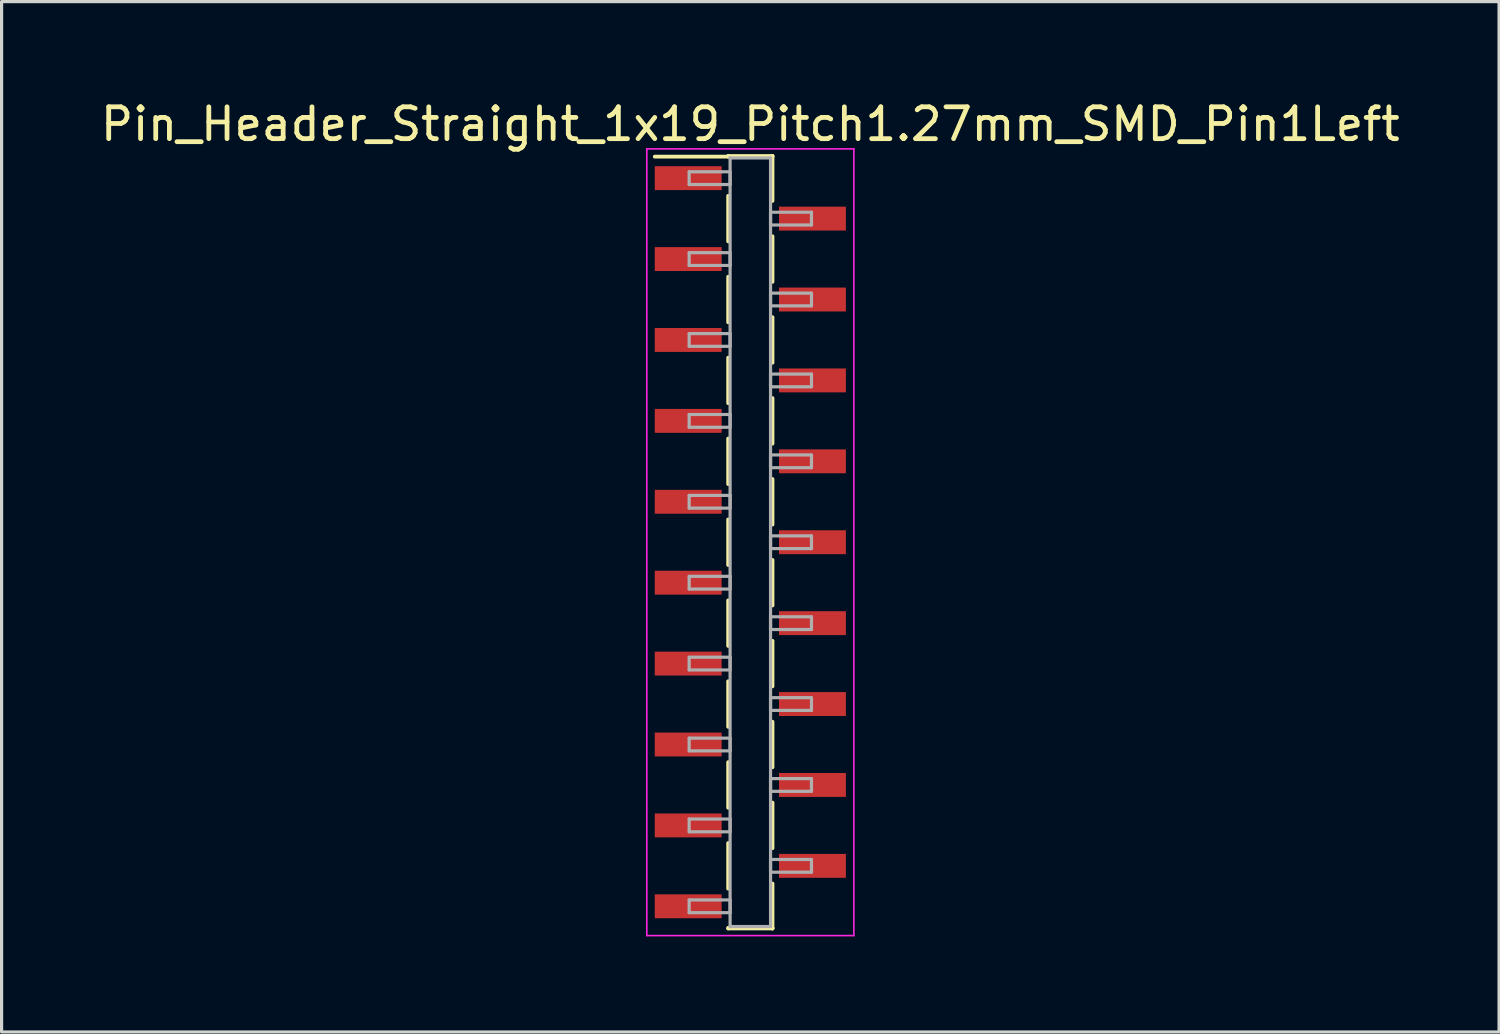
<source format=kicad_pcb>
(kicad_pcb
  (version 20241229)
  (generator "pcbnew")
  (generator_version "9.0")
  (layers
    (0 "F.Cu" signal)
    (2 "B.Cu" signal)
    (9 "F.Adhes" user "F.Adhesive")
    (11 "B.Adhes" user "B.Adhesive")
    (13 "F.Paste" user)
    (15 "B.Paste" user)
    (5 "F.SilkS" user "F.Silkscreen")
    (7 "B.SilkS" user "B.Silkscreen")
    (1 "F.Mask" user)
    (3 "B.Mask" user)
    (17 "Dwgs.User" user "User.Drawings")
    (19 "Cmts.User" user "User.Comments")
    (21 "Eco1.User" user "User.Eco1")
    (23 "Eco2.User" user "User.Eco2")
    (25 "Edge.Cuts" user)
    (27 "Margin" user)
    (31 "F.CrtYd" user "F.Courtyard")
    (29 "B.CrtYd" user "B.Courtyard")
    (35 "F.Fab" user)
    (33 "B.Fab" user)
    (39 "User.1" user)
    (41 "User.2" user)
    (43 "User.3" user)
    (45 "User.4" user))
  (footprint "Pin_Header_Straight_1x19_Pitch1.27mm_SMD_Pin1Left"
    (layer "F.Cu")
    (at 20.506 13.973)
    (property "Reference" "Pin_Header_Straight_1x19_Pitch1.27mm_SMD_Pin1Left" (at 0 -13.125 0) (layer "F.SilkS") (effects (font (size 1 1) (thickness 0.15))))
    (attr smd)
    (fp_line (start -0.695 -12.125) (end 0.695 -12.125) (stroke (width 0.12) (type solid)) (layer "F.SilkS"))
    (fp_line (start -0.695 -12.105) (end -3 -12.105) (stroke (width 0.12) (type solid)) (layer "F.SilkS"))
    (fp_line (start -0.695 -12.105) (end -0.695 -12.125) (stroke (width 0.12) (type solid)) (layer "F.SilkS"))
    (fp_line (start -0.695 -10.875) (end -0.695 -9.445) (stroke (width 0.12) (type solid)) (layer "F.SilkS"))
    (fp_line (start -0.695 -8.335) (end -0.695 -6.905) (stroke (width 0.12) (type solid)) (layer "F.SilkS"))
    (fp_line (start -0.695 -5.795) (end -0.695 -4.365) (stroke (width 0.12) (type solid)) (layer "F.SilkS"))
    (fp_line (start -0.695 -3.255) (end -0.695 -1.825) (stroke (width 0.12) (type solid)) (layer "F.SilkS"))
    (fp_line (start -0.695 -0.715) (end -0.695 0.715) (stroke (width 0.12) (type solid)) (layer "F.SilkS"))
    (fp_line (start -0.695 1.825) (end -0.695 3.255) (stroke (width 0.12) (type solid)) (layer "F.SilkS"))
    (fp_line (start -0.695 4.365) (end -0.695 5.795) (stroke (width 0.12) (type solid)) (layer "F.SilkS"))
    (fp_line (start -0.695 6.905) (end -0.695 8.335) (stroke (width 0.12) (type solid)) (layer "F.SilkS"))
    (fp_line (start -0.695 9.445) (end -0.695 10.875) (stroke (width 0.12) (type solid)) (layer "F.SilkS"))
    (fp_line (start -0.695 12.105) (end -0.695 12.125) (stroke (width 0.12) (type solid)) (layer "F.SilkS"))
    (fp_line (start -0.695 12.125) (end 0.695 12.125) (stroke (width 0.12) (type solid)) (layer "F.SilkS"))
    (fp_line (start 0.695 -12.125) (end 0.695 -12.105) (stroke (width 0.12) (type solid)) (layer "F.SilkS"))
    (fp_line (start 0.695 -12.125) (end 0.695 -10.715) (stroke (width 0.12) (type solid)) (layer "F.SilkS"))
    (fp_line (start 0.695 -9.605) (end 0.695 -8.175) (stroke (width 0.12) (type solid)) (layer "F.SilkS"))
    (fp_line (start 0.695 -7.065) (end 0.695 -5.635) (stroke (width 0.12) (type solid)) (layer "F.SilkS"))
    (fp_line (start 0.695 -4.525) (end 0.695 -3.095) (stroke (width 0.12) (type solid)) (layer "F.SilkS"))
    (fp_line (start 0.695 -1.985) (end 0.695 -0.555) (stroke (width 0.12) (type solid)) (layer "F.SilkS"))
    (fp_line (start 0.695 0.555) (end 0.695 1.985) (stroke (width 0.12) (type solid)) (layer "F.SilkS"))
    (fp_line (start 0.695 3.095) (end 0.695 4.525) (stroke (width 0.12) (type solid)) (layer "F.SilkS"))
    (fp_line (start 0.695 5.635) (end 0.695 7.065) (stroke (width 0.12) (type solid)) (layer "F.SilkS"))
    (fp_line (start 0.695 8.175) (end 0.695 9.605) (stroke (width 0.12) (type solid)) (layer "F.SilkS"))
    (fp_line (start 0.695 10.715) (end 0.695 12.125) (stroke (width 0.12) (type solid)) (layer "F.SilkS"))
    (fp_line (start 0.695 12.125) (end 0.695 12.105) (stroke (width 0.12) (type solid)) (layer "F.SilkS"))
    (fp_line (start -3.25 -12.35) (end -3.25 12.35) (stroke (width 0.05) (type solid)) (layer "F.CrtYd"))
    (fp_line (start -3.25 12.35) (end 3.25 12.35) (stroke (width 0.05) (type solid)) (layer "F.CrtYd"))
    (fp_line (start 3.25 -12.35) (end -3.25 -12.35) (stroke (width 0.05) (type solid)) (layer "F.CrtYd"))
    (fp_line (start 3.25 12.35) (end 3.25 -12.35) (stroke (width 0.05) (type solid)) (layer "F.CrtYd"))
    (fp_line (start -1.92 -11.63) (end -0.635 -11.63) (stroke (width 0.1) (type solid)) (layer "F.Fab"))
    (fp_line (start -1.92 -11.23) (end -1.92 -11.63) (stroke (width 0.1) (type solid)) (layer "F.Fab"))
    (fp_line (start -1.92 -9.09) (end -0.635 -9.09) (stroke (width 0.1) (type solid)) (layer "F.Fab"))
    (fp_line (start -1.92 -8.69) (end -1.92 -9.09) (stroke (width 0.1) (type solid)) (layer "F.Fab"))
    (fp_line (start -1.92 -6.55) (end -0.635 -6.55) (stroke (width 0.1) (type solid)) (layer "F.Fab"))
    (fp_line (start -1.92 -6.15) (end -1.92 -6.55) (stroke (width 0.1) (type solid)) (layer "F.Fab"))
    (fp_line (start -1.92 -4.01) (end -0.635 -4.01) (stroke (width 0.1) (type solid)) (layer "F.Fab"))
    (fp_line (start -1.92 -3.61) (end -1.92 -4.01) (stroke (width 0.1) (type solid)) (layer "F.Fab"))
    (fp_line (start -1.92 -1.47) (end -0.635 -1.47) (stroke (width 0.1) (type solid)) (layer "F.Fab"))
    (fp_line (start -1.92 -1.07) (end -1.92 -1.47) (stroke (width 0.1) (type solid)) (layer "F.Fab"))
    (fp_line (start -1.92 1.07) (end -0.635 1.07) (stroke (width 0.1) (type solid)) (layer "F.Fab"))
    (fp_line (start -1.92 1.47) (end -1.92 1.07) (stroke (width 0.1) (type solid)) (layer "F.Fab"))
    (fp_line (start -1.92 3.61) (end -0.635 3.61) (stroke (width 0.1) (type solid)) (layer "F.Fab"))
    (fp_line (start -1.92 4.01) (end -1.92 3.61) (stroke (width 0.1) (type solid)) (layer "F.Fab"))
    (fp_line (start -1.92 6.15) (end -0.635 6.15) (stroke (width 0.1) (type solid)) (layer "F.Fab"))
    (fp_line (start -1.92 6.55) (end -1.92 6.15) (stroke (width 0.1) (type solid)) (layer "F.Fab"))
    (fp_line (start -1.92 8.69) (end -0.635 8.69) (stroke (width 0.1) (type solid)) (layer "F.Fab"))
    (fp_line (start -1.92 9.09) (end -1.92 8.69) (stroke (width 0.1) (type solid)) (layer "F.Fab"))
    (fp_line (start -1.92 11.23) (end -0.635 11.23) (stroke (width 0.1) (type solid)) (layer "F.Fab"))
    (fp_line (start -1.92 11.63) (end -1.92 11.23) (stroke (width 0.1) (type solid)) (layer "F.Fab"))
    (fp_line (start -0.635 -12.065) (end -0.635 12.065) (stroke (width 0.1) (type solid)) (layer "F.Fab"))
    (fp_line (start -0.635 -11.63) (end -0.635 -11.23) (stroke (width 0.1) (type solid)) (layer "F.Fab"))
    (fp_line (start -0.635 -11.23) (end -1.92 -11.23) (stroke (width 0.1) (type solid)) (layer "F.Fab"))
    (fp_line (start -0.635 -9.09) (end -0.635 -8.69) (stroke (width 0.1) (type solid)) (layer "F.Fab"))
    (fp_line (start -0.635 -8.69) (end -1.92 -8.69) (stroke (width 0.1) (type solid)) (layer "F.Fab"))
    (fp_line (start -0.635 -6.55) (end -0.635 -6.15) (stroke (width 0.1) (type solid)) (layer "F.Fab"))
    (fp_line (start -0.635 -6.15) (end -1.92 -6.15) (stroke (width 0.1) (type solid)) (layer "F.Fab"))
    (fp_line (start -0.635 -4.01) (end -0.635 -3.61) (stroke (width 0.1) (type solid)) (layer "F.Fab"))
    (fp_line (start -0.635 -3.61) (end -1.92 -3.61) (stroke (width 0.1) (type solid)) (layer "F.Fab"))
    (fp_line (start -0.635 -1.47) (end -0.635 -1.07) (stroke (width 0.1) (type solid)) (layer "F.Fab"))
    (fp_line (start -0.635 -1.07) (end -1.92 -1.07) (stroke (width 0.1) (type solid)) (layer "F.Fab"))
    (fp_line (start -0.635 1.07) (end -0.635 1.47) (stroke (width 0.1) (type solid)) (layer "F.Fab"))
    (fp_line (start -0.635 1.47) (end -1.92 1.47) (stroke (width 0.1) (type solid)) (layer "F.Fab"))
    (fp_line (start -0.635 3.61) (end -0.635 4.01) (stroke (width 0.1) (type solid)) (layer "F.Fab"))
    (fp_line (start -0.635 4.01) (end -1.92 4.01) (stroke (width 0.1) (type solid)) (layer "F.Fab"))
    (fp_line (start -0.635 6.15) (end -0.635 6.55) (stroke (width 0.1) (type solid)) (layer "F.Fab"))
    (fp_line (start -0.635 6.55) (end -1.92 6.55) (stroke (width 0.1) (type solid)) (layer "F.Fab"))
    (fp_line (start -0.635 8.69) (end -0.635 9.09) (stroke (width 0.1) (type solid)) (layer "F.Fab"))
    (fp_line (start -0.635 9.09) (end -1.92 9.09) (stroke (width 0.1) (type solid)) (layer "F.Fab"))
    (fp_line (start -0.635 11.23) (end -0.635 11.63) (stroke (width 0.1) (type solid)) (layer "F.Fab"))
    (fp_line (start -0.635 11.63) (end -1.92 11.63) (stroke (width 0.1) (type solid)) (layer "F.Fab"))
    (fp_line (start -0.635 12.065) (end 0.635 12.065) (stroke (width 0.1) (type solid)) (layer "F.Fab"))
    (fp_line (start 0.635 -12.065) (end -0.635 -12.065) (stroke (width 0.1) (type solid)) (layer "F.Fab"))
    (fp_line (start 0.635 -10.36) (end 0.635 -9.96) (stroke (width 0.1) (type solid)) (layer "F.Fab"))
    (fp_line (start 0.635 -9.96) (end 1.92 -9.96) (stroke (width 0.1) (type solid)) (layer "F.Fab"))
    (fp_line (start 0.635 -7.82) (end 0.635 -7.42) (stroke (width 0.1) (type solid)) (layer "F.Fab"))
    (fp_line (start 0.635 -7.42) (end 1.92 -7.42) (stroke (width 0.1) (type solid)) (layer "F.Fab"))
    (fp_line (start 0.635 -5.28) (end 0.635 -4.88) (stroke (width 0.1) (type solid)) (layer "F.Fab"))
    (fp_line (start 0.635 -4.88) (end 1.92 -4.88) (stroke (width 0.1) (type solid)) (layer "F.Fab"))
    (fp_line (start 0.635 -2.74) (end 0.635 -2.34) (stroke (width 0.1) (type solid)) (layer "F.Fab"))
    (fp_line (start 0.635 -2.34) (end 1.92 -2.34) (stroke (width 0.1) (type solid)) (layer "F.Fab"))
    (fp_line (start 0.635 -0.2) (end 0.635 0.2) (stroke (width 0.1) (type solid)) (layer "F.Fab"))
    (fp_line (start 0.635 0.2) (end 1.92 0.2) (stroke (width 0.1) (type solid)) (layer "F.Fab"))
    (fp_line (start 0.635 2.34) (end 0.635 2.74) (stroke (width 0.1) (type solid)) (layer "F.Fab"))
    (fp_line (start 0.635 2.74) (end 1.92 2.74) (stroke (width 0.1) (type solid)) (layer "F.Fab"))
    (fp_line (start 0.635 4.88) (end 0.635 5.28) (stroke (width 0.1) (type solid)) (layer "F.Fab"))
    (fp_line (start 0.635 5.28) (end 1.92 5.28) (stroke (width 0.1) (type solid)) (layer "F.Fab"))
    (fp_line (start 0.635 7.42) (end 0.635 7.82) (stroke (width 0.1) (type solid)) (layer "F.Fab"))
    (fp_line (start 0.635 7.82) (end 1.92 7.82) (stroke (width 0.1) (type solid)) (layer "F.Fab"))
    (fp_line (start 0.635 9.96) (end 0.635 10.36) (stroke (width 0.1) (type solid)) (layer "F.Fab"))
    (fp_line (start 0.635 10.36) (end 1.92 10.36) (stroke (width 0.1) (type solid)) (layer "F.Fab"))
    (fp_line (start 0.635 12.065) (end 0.635 -12.065) (stroke (width 0.1) (type solid)) (layer "F.Fab"))
    (fp_line (start 1.92 -10.36) (end 0.635 -10.36) (stroke (width 0.1) (type solid)) (layer "F.Fab"))
    (fp_line (start 1.92 -9.96) (end 1.92 -10.36) (stroke (width 0.1) (type solid)) (layer "F.Fab"))
    (fp_line (start 1.92 -7.82) (end 0.635 -7.82) (stroke (width 0.1) (type solid)) (layer "F.Fab"))
    (fp_line (start 1.92 -7.42) (end 1.92 -7.82) (stroke (width 0.1) (type solid)) (layer "F.Fab"))
    (fp_line (start 1.92 -5.28) (end 0.635 -5.28) (stroke (width 0.1) (type solid)) (layer "F.Fab"))
    (fp_line (start 1.92 -4.88) (end 1.92 -5.28) (stroke (width 0.1) (type solid)) (layer "F.Fab"))
    (fp_line (start 1.92 -2.74) (end 0.635 -2.74) (stroke (width 0.1) (type solid)) (layer "F.Fab"))
    (fp_line (start 1.92 -2.34) (end 1.92 -2.74) (stroke (width 0.1) (type solid)) (layer "F.Fab"))
    (fp_line (start 1.92 -0.2) (end 0.635 -0.2) (stroke (width 0.1) (type solid)) (layer "F.Fab"))
    (fp_line (start 1.92 0.2) (end 1.92 -0.2) (stroke (width 0.1) (type solid)) (layer "F.Fab"))
    (fp_line (start 1.92 2.34) (end 0.635 2.34) (stroke (width 0.1) (type solid)) (layer "F.Fab"))
    (fp_line (start 1.92 2.74) (end 1.92 2.34) (stroke (width 0.1) (type solid)) (layer "F.Fab"))
    (fp_line (start 1.92 4.88) (end 0.635 4.88) (stroke (width 0.1) (type solid)) (layer "F.Fab"))
    (fp_line (start 1.92 5.28) (end 1.92 4.88) (stroke (width 0.1) (type solid)) (layer "F.Fab"))
    (fp_line (start 1.92 7.42) (end 0.635 7.42) (stroke (width 0.1) (type solid)) (layer "F.Fab"))
    (fp_line (start 1.92 7.82) (end 1.92 7.42) (stroke (width 0.1) (type solid)) (layer "F.Fab"))
    (fp_line (start 1.92 9.96) (end 0.635 9.96) (stroke (width 0.1) (type solid)) (layer "F.Fab"))
    (fp_line (start 1.92 10.36) (end 1.92 9.96) (stroke (width 0.1) (type solid)) (layer "F.Fab"))
    (pad "1" smd rect (at -1.95 -11.43) (size 2.1 0.75) (layers "F.Cu" "F.Mask"))
    (pad "2" smd rect (at 1.95 -10.16) (size 2.1 0.75) (layers "F.Cu" "F.Mask"))
    (pad "3" smd rect (at -1.95 -8.89) (size 2.1 0.75) (layers "F.Cu" "F.Mask"))
    (pad "4" smd rect (at 1.95 -7.62) (size 2.1 0.75) (layers "F.Cu" "F.Mask"))
    (pad "5" smd rect (at -1.95 -6.35) (size 2.1 0.75) (layers "F.Cu" "F.Mask"))
    (pad "6" smd rect (at 1.95 -5.08) (size 2.1 0.75) (layers "F.Cu" "F.Mask"))
    (pad "7" smd rect (at -1.95 -3.81) (size 2.1 0.75) (layers "F.Cu" "F.Mask"))
    (pad "8" smd rect (at 1.95 -2.54) (size 2.1 0.75) (layers "F.Cu" "F.Mask"))
    (pad "9" smd rect (at -1.95 -1.27) (size 2.1 0.75) (layers "F.Cu" "F.Mask"))
    (pad "10" smd rect (at 1.95 0) (size 2.1 0.75) (layers "F.Cu" "F.Mask"))
    (pad "11" smd rect (at -1.95 1.27) (size 2.1 0.75) (layers "F.Cu" "F.Mask"))
    (pad "12" smd rect (at 1.95 2.54) (size 2.1 0.75) (layers "F.Cu" "F.Mask"))
    (pad "13" smd rect (at -1.95 3.81) (size 2.1 0.75) (layers "F.Cu" "F.Mask"))
    (pad "14" smd rect (at 1.95 5.08) (size 2.1 0.75) (layers "F.Cu" "F.Mask"))
    (pad "15" smd rect (at -1.95 6.35) (size 2.1 0.75) (layers "F.Cu" "F.Mask"))
    (pad "16" smd rect (at 1.95 7.62) (size 2.1 0.75) (layers "F.Cu" "F.Mask"))
    (pad "17" smd rect (at -1.95 8.89) (size 2.1 0.75) (layers "F.Cu" "F.Mask"))
    (pad "18" smd rect (at 1.95 10.16) (size 2.1 0.75) (layers "F.Cu" "F.Mask"))
    (pad "19" smd rect (at -1.95 11.43) (size 2.1 0.75) (layers "F.Cu" "F.Mask")))
  (gr_rect
    (start -3 -3)
    (end 44.012 29.348)
    (stroke (width 0.1) (type default))
    (fill no)
    (layer "Edge.Cuts")))
</source>
